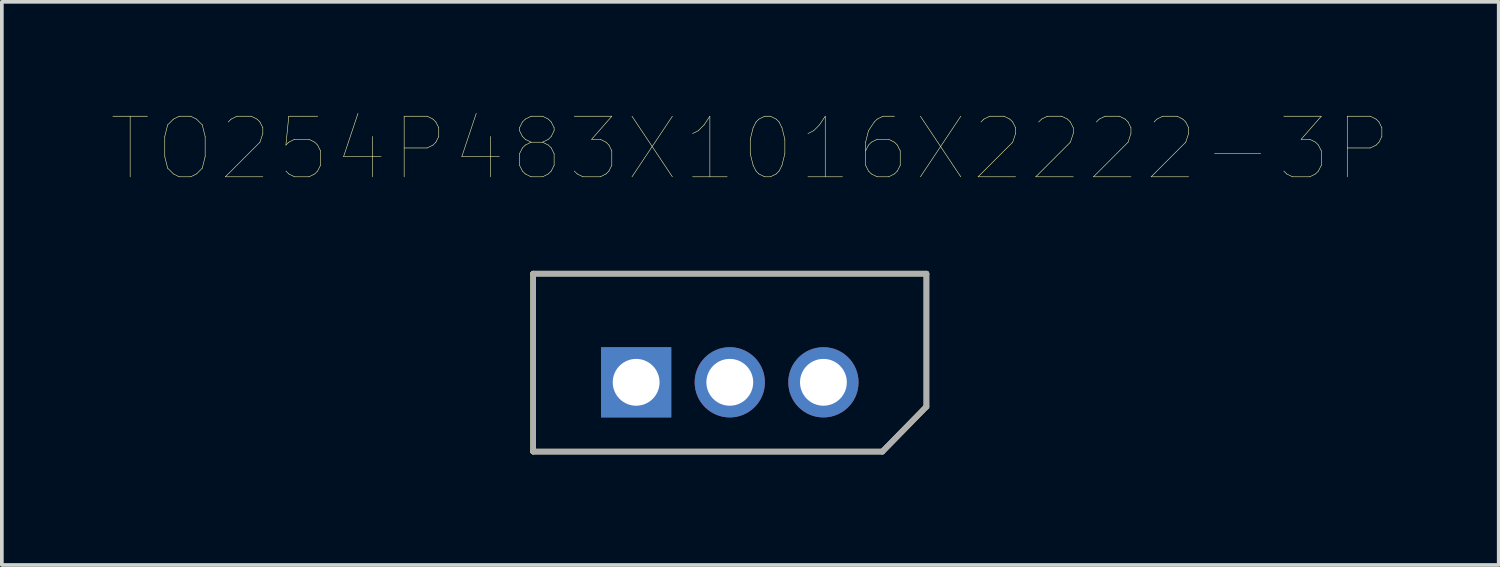
<source format=kicad_pcb>
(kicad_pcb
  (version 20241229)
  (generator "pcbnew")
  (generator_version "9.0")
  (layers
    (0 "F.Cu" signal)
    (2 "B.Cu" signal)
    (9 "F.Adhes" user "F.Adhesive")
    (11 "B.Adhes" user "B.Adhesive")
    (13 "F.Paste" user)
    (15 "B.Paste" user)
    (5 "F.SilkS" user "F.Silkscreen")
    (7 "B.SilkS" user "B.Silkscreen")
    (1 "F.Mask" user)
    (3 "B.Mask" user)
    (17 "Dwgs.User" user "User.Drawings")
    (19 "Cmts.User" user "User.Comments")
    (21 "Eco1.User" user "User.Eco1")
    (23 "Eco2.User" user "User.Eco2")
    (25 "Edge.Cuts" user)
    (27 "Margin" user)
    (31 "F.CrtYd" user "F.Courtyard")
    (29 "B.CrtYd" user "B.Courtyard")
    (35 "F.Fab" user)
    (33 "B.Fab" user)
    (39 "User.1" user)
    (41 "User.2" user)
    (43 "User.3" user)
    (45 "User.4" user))
  (footprint "TO254P483X1016X2222-3P"
    (layer "F.Cu")
    (at 19.287 6.254)
    (property "Reference" "TO254P483X1016X2222-3P" (at -1.985 -5.267 0) (layer "F.SilkS") (effects (font (size 1.643 1.643) (thickness 0.015))))
    (attr through_hole)
    (fp_line (start -7.874 -1.88) (end 2.794 -1.88) (stroke (width 0.152) (type solid)) (layer "F.SilkS"))
    (fp_line (start -7.874 2.946) (end -7.874 -1.88) (stroke (width 0.152) (type solid)) (layer "F.SilkS"))
    (fp_line (start 1.6 2.946) (end -7.874 2.946) (stroke (width 0.152) (type solid)) (layer "F.SilkS"))
    (fp_line (start 2.794 -1.88) (end 2.794 1.727) (stroke (width 0.152) (type solid)) (layer "F.SilkS"))
    (fp_line (start 2.794 1.727) (end 1.6 2.946) (stroke (width 0.152) (type solid)) (layer "F.SilkS"))
    (fp_line (start -7.874 -1.88) (end 2.794 -1.88) (stroke (width 0.152) (type solid)) (layer "F.Fab"))
    (fp_line (start -7.874 2.946) (end -7.874 -1.88) (stroke (width 0.152) (type solid)) (layer "F.Fab"))
    (fp_line (start 1.6 2.946) (end -7.874 2.946) (stroke (width 0.152) (type solid)) (layer "F.Fab"))
    (fp_line (start 2.794 -1.88) (end 2.794 1.727) (stroke (width 0.152) (type solid)) (layer "F.Fab"))
    (fp_line (start 2.794 1.727) (end 1.6 2.946) (stroke (width 0.152) (type solid)) (layer "F.Fab"))
    (pad "1" thru_hole rect (at -5.08 1.067) (size 1.905 1.905) (drill 1.27) (layers "*.Cu" "*.Mask"))
    (pad "2" thru_hole circle (at -2.54 1.067) (size 1.905 1.905) (drill 1.27) (layers "*.Cu" "*.Mask"))
    (pad "3" thru_hole circle (at 0 1.067) (size 1.905 1.905) (drill 1.27) (layers "*.Cu" "*.Mask")))
  (gr_rect
    (start -3 -3)
    (end 37.606 12.277)
    (stroke (width 0.1) (type default))
    (fill no)
    (layer "Edge.Cuts")))
</source>
